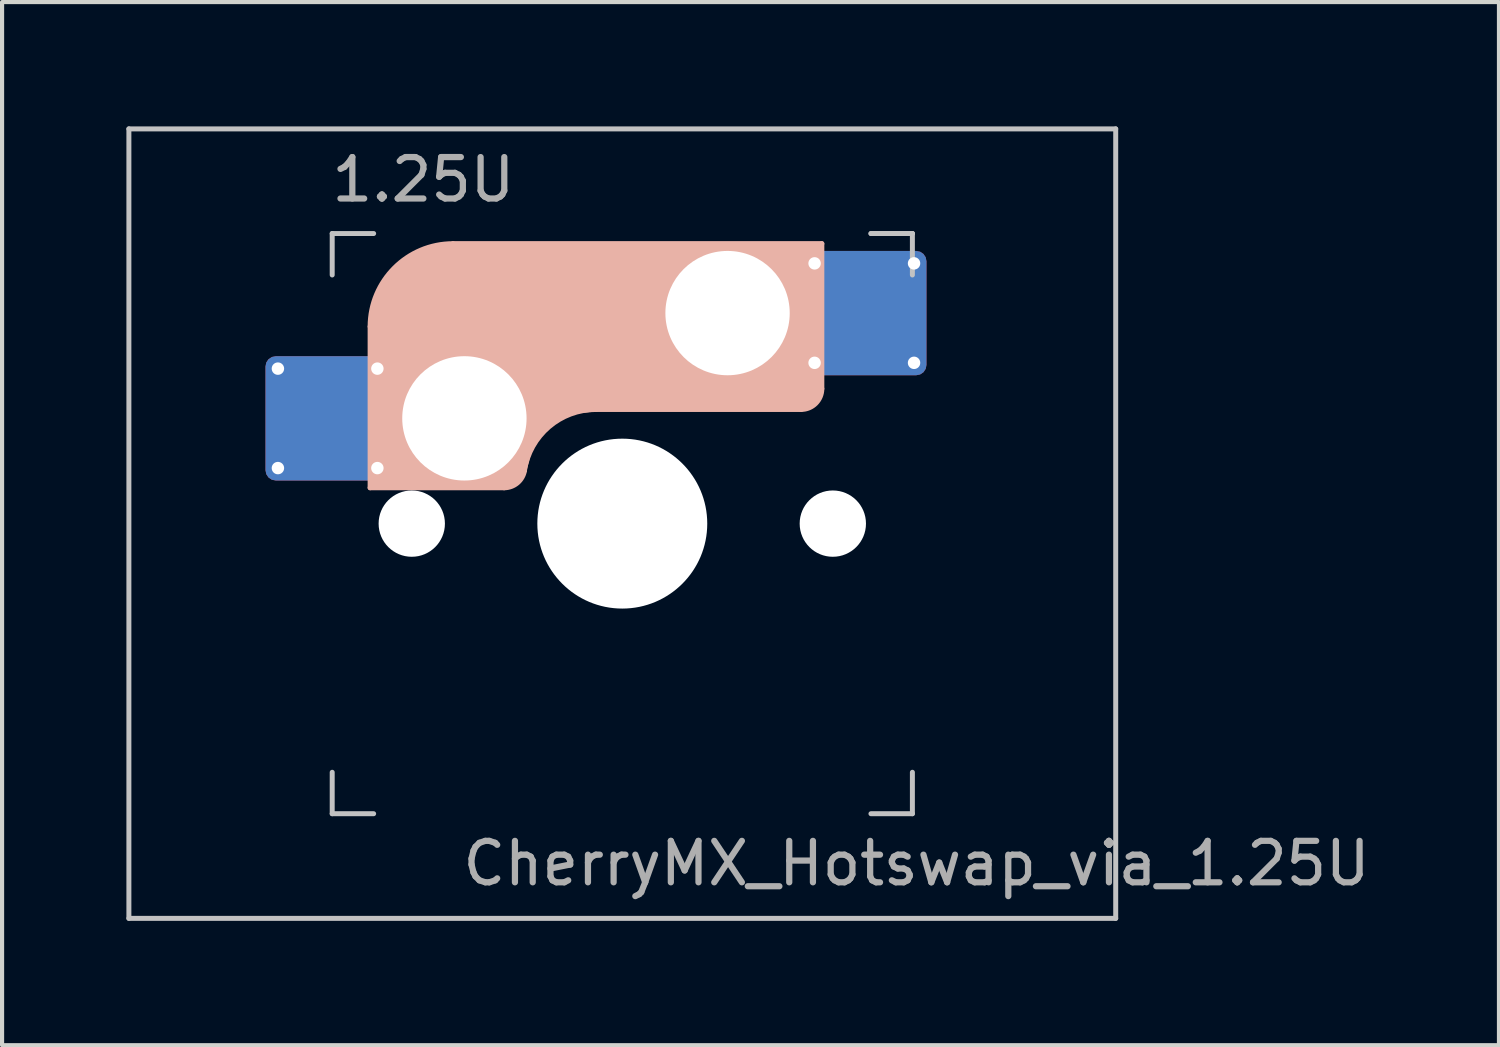
<source format=kicad_pcb>
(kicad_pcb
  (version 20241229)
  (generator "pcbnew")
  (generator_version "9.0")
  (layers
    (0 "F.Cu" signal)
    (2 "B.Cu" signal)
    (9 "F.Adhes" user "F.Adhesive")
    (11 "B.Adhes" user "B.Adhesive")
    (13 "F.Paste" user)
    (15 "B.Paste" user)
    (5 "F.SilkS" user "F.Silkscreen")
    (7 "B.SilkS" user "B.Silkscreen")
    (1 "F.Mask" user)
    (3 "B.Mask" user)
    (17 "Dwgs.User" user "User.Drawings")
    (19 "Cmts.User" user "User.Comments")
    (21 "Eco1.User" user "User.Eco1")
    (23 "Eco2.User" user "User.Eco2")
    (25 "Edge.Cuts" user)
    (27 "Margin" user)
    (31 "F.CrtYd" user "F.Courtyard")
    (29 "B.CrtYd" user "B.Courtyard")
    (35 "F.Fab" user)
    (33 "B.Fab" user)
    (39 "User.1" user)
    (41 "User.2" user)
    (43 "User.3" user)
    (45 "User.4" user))
  (footprint "CherryMX_Hotswap_via_1.25U"
    (layer "F.Cu")
    (at 11.966 9.585)
    (property "Reference" "CherryMX_Hotswap_via_1.25U" (at 7.1 8.2 0) (layer "F.Fab") (effects (font (size 1 1) (thickness 0.15))))
    (attr through_hole)
    (fp_line (start -8.11 -1.74) (end -8.11 -3.34) (stroke (width 0.12) (type solid)) (layer "B.Mask"))
    (fp_line (start -7.91 -3.54) (end -6.31 -3.54) (stroke (width 0.12) (type solid)) (layer "B.Mask"))
    (fp_line (start -6.31 -1.54) (end -7.91 -1.54) (stroke (width 0.12) (type solid)) (layer "B.Mask"))
    (fp_line (start -6.11 -3.34) (end -6.11 -1.74) (stroke (width 0.12) (type solid)) (layer "B.Mask"))
    (fp_line (start 4.84 -5.88) (end 4.84 -4.28) (stroke (width 0.12) (type solid)) (layer "B.Mask"))
    (fp_line (start 5.04 -6.08) (end 6.64 -6.08) (stroke (width 0.12) (type solid)) (layer "B.Mask"))
    (fp_line (start 5.04 -4.08) (end 6.64 -4.08) (stroke (width 0.12) (type solid)) (layer "B.Mask"))
    (fp_line (start 6.84 -4.28) (end 6.84 -5.88) (stroke (width 0.12) (type solid)) (layer "B.Mask"))
    (fp_arc (start -8.11 -3.34) (mid -8.051421 -3.481421) (end -7.91 -3.54) (stroke (width 0.12) (type solid)) (layer "B.Mask"))
    (fp_arc (start -7.91 -1.54) (mid -8.051421 -1.598579) (end -8.11 -1.74) (stroke (width 0.12) (type solid)) (layer "B.Mask"))
    (fp_arc (start -6.31 -3.54) (mid -6.168579 -3.481421) (end -6.11 -3.34) (stroke (width 0.12) (type solid)) (layer "B.Mask"))
    (fp_arc (start -6.11 -1.74) (mid -6.168579 -1.598579) (end -6.31 -1.54) (stroke (width 0.12) (type solid)) (layer "B.Mask"))
    (fp_arc (start 4.84 -5.88) (mid 4.898579 -6.021421) (end 5.04 -6.08) (stroke (width 0.12) (type solid)) (layer "B.Mask"))
    (fp_arc (start 5.04 -4.08) (mid 4.898579 -4.138579) (end 4.84 -4.28) (stroke (width 0.12) (type solid)) (layer "B.Mask"))
    (fp_arc (start 6.64 -6.08) (mid 6.781421 -6.021421) (end 6.84 -5.88) (stroke (width 0.12) (type solid)) (layer "B.Mask"))
    (fp_arc (start 6.84 -4.28) (mid 6.781421 -4.138579) (end 6.64 -4.08) (stroke (width 0.12) (type solid)) (layer "B.Mask"))
    (fp_poly (pts (xy -6.11 -3.34) (xy -6.11 -1.74) (xy -6.31 -1.54) (xy -7.91 -1.54) (xy -8.11 -1.74) (xy -8.11 -3.34) (xy -7.91 -3.54) (xy -6.31 -3.54)) (stroke (width 0.1) (type solid)) (fill yes) (layer "B.Mask"))
    (fp_poly (pts (xy 6.84 -5.88) (xy 6.84 -4.28) (xy 6.64 -4.08) (xy 5.04 -4.08) (xy 4.84 -4.28) (xy 4.84 -5.88) (xy 5.04 -6.08) (xy 6.64 -6.08)) (stroke (width 0.1) (type solid)) (fill yes) (layer "B.Mask"))
    (fp_line (start -6.085 -0.865) (end -6.085 -4.755) (stroke (width 0.12) (type solid)) (layer "B.SilkS"))
    (fp_line (start -4.085 -6.755) (end 4.815 -6.755) (stroke (width 0.12) (type solid)) (layer "B.SilkS"))
    (fp_line (start -2.852 -0.865) (end -6.085 -0.865) (stroke (width 0.12) (type solid)) (layer "B.SilkS"))
    (fp_line (start -0.635 -2.755) (end 4.315 -2.755) (stroke (width 0.12) (type solid)) (layer "B.SilkS"))
    (fp_line (start 4.815 -6.755) (end 4.815 -3.255) (stroke (width 0.12) (type solid)) (layer "B.SilkS"))
    (fp_arc (start -6.085 -4.755) (mid -5.499214 -6.169214) (end -4.085 -6.755) (stroke (width 0.12) (type solid)) (layer "B.SilkS"))
    (fp_arc (start -2.360959 -1.278326) (mid -1.770727 -2.335454) (end -0.635 -2.755) (stroke (width 0.12) (type solid)) (layer "B.SilkS"))
    (fp_arc (start -2.36 -1.278176) (mid -2.53101 -0.981978) (end -2.852404 -0.865) (stroke (width 0.12) (type solid)) (layer "B.SilkS"))
    (fp_arc (start 4.815 -3.255) (mid 4.668553 -2.901447) (end 4.315 -2.755) (stroke (width 0.12) (type solid)) (layer "B.SilkS"))
    (fp_poly (pts (xy 4.815 -3.255) (xy 4.633 -2.937) (xy 4.315 -2.755) (xy -0.635 -2.755) (xy -1.259 -2.696) (xy -1.805 -2.376) (xy -2.207 -1.885) (xy -2.361 -1.278) (xy -2.563 -1.02) (xy -2.852 -0.865) (xy -6.085 -0.865) (xy -6.085 -4.755) (xy -5.887 -5.501) (xy -5.464 -6.134) (xy -4.831 -6.557) (xy -4.085 -6.755) (xy 4.815 -6.755)) (stroke (width 0.1) (type solid)) (fill yes) (layer "B.SilkS"))
    (fp_line (start -8.11 -1.74) (end -8.11 -3.34) (stroke (width 0.12) (type solid)) (layer "B.Paste"))
    (fp_line (start -7.91 -3.54) (end -6.31 -3.54) (stroke (width 0.12) (type solid)) (layer "B.Paste"))
    (fp_line (start -6.31 -1.54) (end -7.91 -1.54) (stroke (width 0.12) (type solid)) (layer "B.Paste"))
    (fp_line (start -6.11 -3.34) (end -6.11 -1.74) (stroke (width 0.12) (type solid)) (layer "B.Paste"))
    (fp_line (start 4.84 -5.88) (end 4.84 -4.28) (stroke (width 0.12) (type solid)) (layer "B.Paste"))
    (fp_line (start 5.04 -6.08) (end 6.64 -6.08) (stroke (width 0.12) (type solid)) (layer "B.Paste"))
    (fp_line (start 5.04 -4.08) (end 6.64 -4.08) (stroke (width 0.12) (type solid)) (layer "B.Paste"))
    (fp_line (start 6.84 -4.28) (end 6.84 -5.88) (stroke (width 0.12) (type solid)) (layer "B.Paste"))
    (fp_arc (start -8.11 -3.34) (mid -8.051421 -3.481421) (end -7.91 -3.54) (stroke (width 0.12) (type solid)) (layer "B.Paste"))
    (fp_arc (start -7.91 -1.54) (mid -8.051421 -1.598579) (end -8.11 -1.74) (stroke (width 0.12) (type solid)) (layer "B.Paste"))
    (fp_arc (start -6.31 -3.54) (mid -6.168579 -3.481421) (end -6.11 -3.34) (stroke (width 0.12) (type solid)) (layer "B.Paste"))
    (fp_arc (start -6.11 -1.74) (mid -6.168579 -1.598579) (end -6.31 -1.54) (stroke (width 0.12) (type solid)) (layer "B.Paste"))
    (fp_arc (start 4.84 -5.88) (mid 4.898579 -6.021421) (end 5.04 -6.08) (stroke (width 0.12) (type solid)) (layer "B.Paste"))
    (fp_arc (start 5.04 -4.08) (mid 4.898579 -4.138579) (end 4.84 -4.28) (stroke (width 0.12) (type solid)) (layer "B.Paste"))
    (fp_arc (start 6.64 -6.08) (mid 6.781421 -6.021421) (end 6.84 -5.88) (stroke (width 0.12) (type solid)) (layer "B.Paste"))
    (fp_arc (start 6.84 -4.28) (mid 6.781421 -4.138579) (end 6.64 -4.08) (stroke (width 0.12) (type solid)) (layer "B.Paste"))
    (fp_poly (pts (xy -6.11 -3.34) (xy -6.11 -1.74) (xy -6.31 -1.54) (xy -7.91 -1.54) (xy -8.11 -1.74) (xy -8.11 -3.34) (xy -7.91 -3.54) (xy -6.31 -3.54)) (stroke (width 0.1) (type solid)) (fill yes) (layer "B.Paste"))
    (fp_poly (pts (xy 6.84 -5.88) (xy 6.84 -4.28) (xy 6.64 -4.08) (xy 5.04 -4.08) (xy 4.84 -4.28) (xy 4.84 -5.88) (xy 5.04 -6.08) (xy 6.64 -6.08)) (stroke (width 0.1) (type solid)) (fill yes) (layer "B.Paste"))
    (fp_line (start -11.906 -9.525) (end 11.906 -9.525) (stroke (width 0.12) (type solid)) (layer "Dwgs.User"))
    (fp_line (start -11.906 9.525) (end -11.906 -9.525) (stroke (width 0.12) (type solid)) (layer "Dwgs.User"))
    (fp_line (start -7 -7) (end -7 -6) (stroke (width 0.12) (type solid)) (layer "Dwgs.User"))
    (fp_line (start -7 -7) (end -6 -7) (stroke (width 0.12) (type solid)) (layer "Dwgs.User"))
    (fp_line (start -7 7) (end -7 6) (stroke (width 0.12) (type solid)) (layer "Dwgs.User"))
    (fp_line (start -7 7) (end -6 7) (stroke (width 0.12) (type solid)) (layer "Dwgs.User"))
    (fp_line (start 6 -7) (end 7 -7) (stroke (width 0.12) (type solid)) (layer "Dwgs.User"))
    (fp_line (start 7 -7) (end 6 -7) (stroke (width 0.12) (type solid)) (layer "Dwgs.User"))
    (fp_line (start 7 -7) (end 7 -6) (stroke (width 0.12) (type solid)) (layer "Dwgs.User"))
    (fp_line (start 7 7) (end 6 7) (stroke (width 0.12) (type solid)) (layer "Dwgs.User"))
    (fp_line (start 7 7) (end 7 6) (stroke (width 0.12) (type solid)) (layer "Dwgs.User"))
    (fp_line (start 11.906 -9.525) (end 11.906 9.525) (stroke (width 0.12) (type solid)) (layer "Dwgs.User"))
    (fp_line (start 11.906 9.525) (end -11.906 9.525) (stroke (width 0.12) (type solid)) (layer "Dwgs.User"))
    (fp_text user "1.25U" (at -4.8 -8.3 0) (layer "F.Fab") (effects (font (size 1 1) (thickness 0.15))))
    (pad "" np_thru_hole circle (at -5.08 0) (size 1.6 1.6) (drill 1.6) (layers "*.Cu" "*.Mask"))
    (pad "" np_thru_hole circle (at -3.81 -2.54) (size 3 3) (drill 3) (layers "*.Cu" "*.Mask"))
    (pad "" np_thru_hole circle (at 0 0) (size 4.1 4.1) (drill 4.1) (layers "*.Cu" "*.Mask"))
    (pad "" np_thru_hole circle (at 2.54 -5.08) (size 3 3) (drill 3) (layers "*.Cu" "*.Mask"))
    (pad "" np_thru_hole circle (at 5.08 0) (size 1.6 1.6) (drill 1.6) (layers "*.Cu" "*.Mask"))
    (pad "1" thru_hole circle (at -8.31 -3.74) (size 0.5 0.5) (drill 0.3) (layers "*.Cu"))
    (pad "1" thru_hole circle (at -8.31 -1.34) (size 0.5 0.5) (drill 0.3) (layers "*.Cu"))
    (pad "1" smd roundrect (at -7.11 -2.54) (size 3 3) (layers "F.Cu") (roundrect_rratio 0.083))
    (pad "1" smd roundrect (at -7.11 -2.54 180) (size 3 3) (layers "B.Cu") (roundrect_rratio 0.083))
    (pad "1" thru_hole circle (at -5.91 -3.74) (size 0.5 0.5) (drill 0.3) (layers "*.Cu"))
    (pad "1" thru_hole circle (at -5.91 -1.34) (size 0.5 0.5) (drill 0.3) (layers "*.Cu"))
    (pad "2" thru_hole circle (at 4.64 -6.28 180) (size 0.5 0.5) (drill 0.3) (layers "*.Cu"))
    (pad "2" thru_hole circle (at 4.64 -3.88 180) (size 0.5 0.5) (drill 0.3) (layers "*.Cu"))
    (pad "2" smd roundrect (at 5.84 -5.08 180) (size 3 3) (layers "F.Cu") (roundrect_rratio 0.083))
    (pad "2" smd roundrect (at 5.84 -5.08 180) (size 3 3) (layers "B.Cu") (roundrect_rratio 0.083))
    (pad "2" thru_hole circle (at 7.04 -6.28 180) (size 0.5 0.5) (drill 0.3) (layers "*.Cu"))
    (pad "2" thru_hole circle (at 7.04 -3.88 180) (size 0.5 0.5) (drill 0.3) (layers "*.Cu")))
  (gr_rect
    (start -3 -3)
    (end 33.12 22.17)
    (stroke (width 0.1) (type default))
    (fill no)
    (layer "Edge.Cuts")))
</source>
